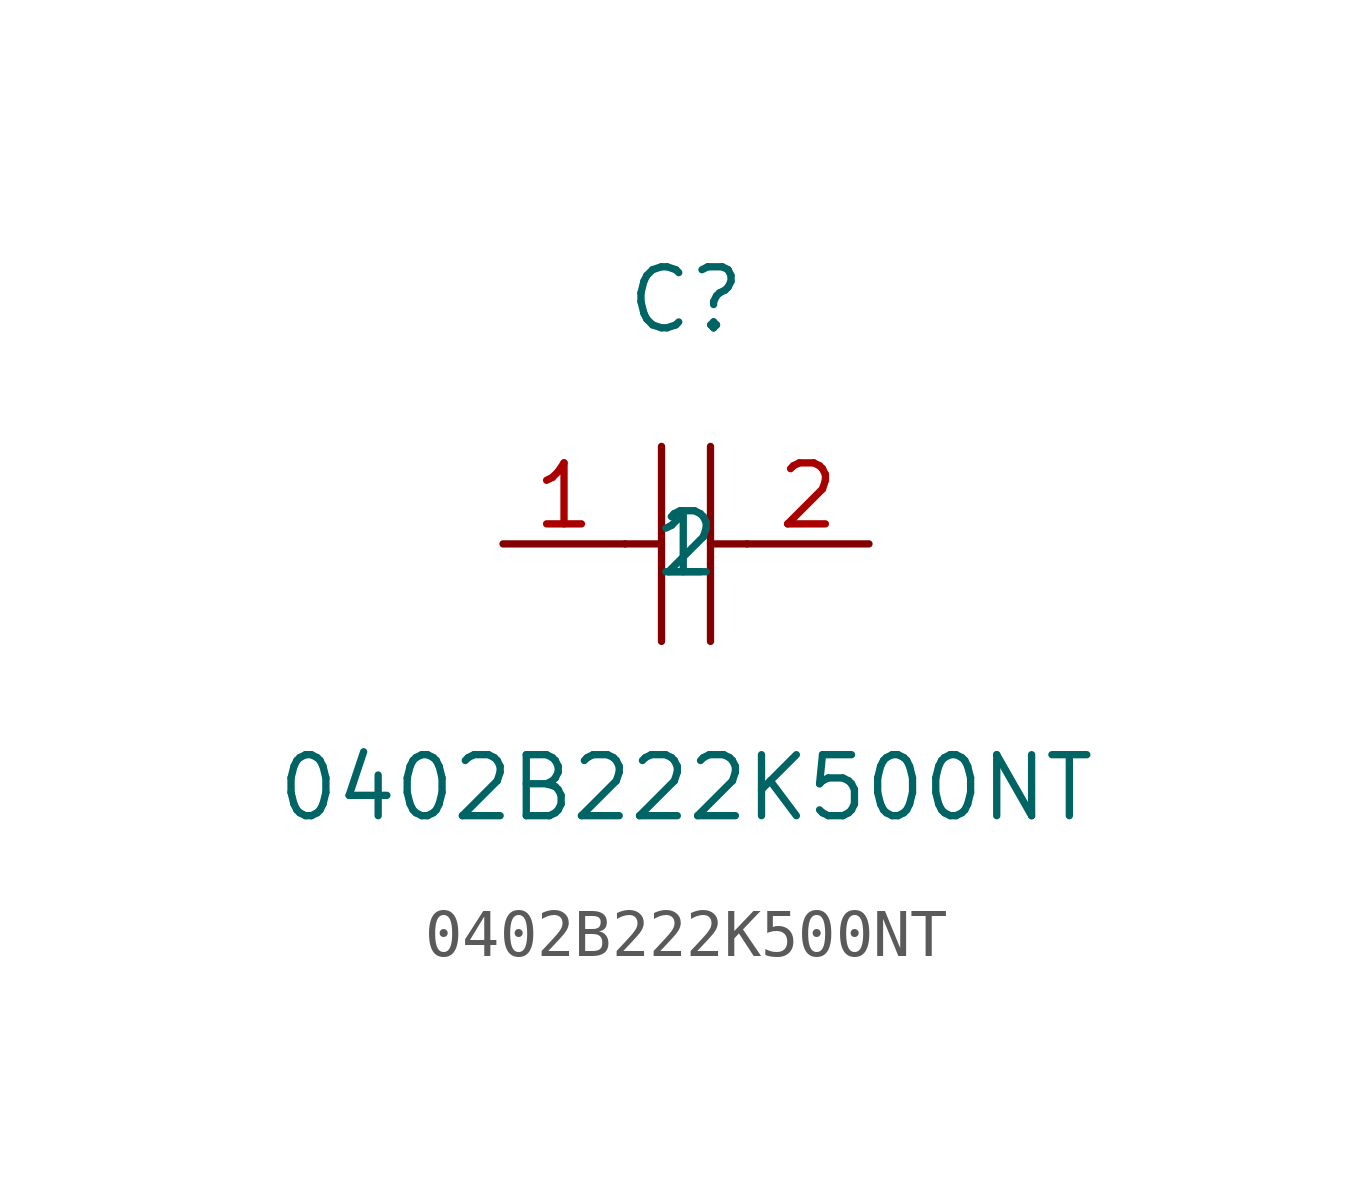
<source format=kicad_sym>
(kicad_symbol_lib
  (version 1)
  (generator "faebryk")
  (symbol "0402B222K500NT"
    (property "Reference" "C"
      (at 0 5.08 0)
      (effects (font (size 1.27 1.27)) (hide no)))
    (property "Value" "0402B222K500NT"
      (at 0 -5.08 0)
      (effects (font (size 1.27 1.27)) (hide no)))
    (symbol "0402B222K500NT_0_1"
      (polyline (stroke (width 0) (type default) (color 0 0 0 0)) (fill (type none)) (pts (xy -0.51 2.03) (xy -0.51 -2.03)))
      (polyline (stroke (width 0) (type default) (color 0 0 0 0)) (fill (type none)) (pts (xy 0.51 2.03) (xy 0.51 -2.03)))
      (polyline (stroke (width 0) (type default) (color 0 0 0 0)) (fill (type none)) (pts (xy -1.27 0) (xy -0.51 0)))
      (polyline (stroke (width 0) (type default) (color 0 0 0 0)) (fill (type none)) (pts (xy 0.51 0) (xy 1.27 0)))
      (pin input line (at -3.81 0 0) (length 2.54) (name "1" (effects (font (size 1.27 1.27)) (hide no))) (number "1" (effects (font (size 1.27 1.27)) (hide no))))
      (pin input line (at 3.81 0 180) (length 2.54) (name "2" (effects (font (size 1.27 1.27)) (hide no))) (number "2" (effects (font (size 1.27 1.27)) (hide no)))))))
</source>
